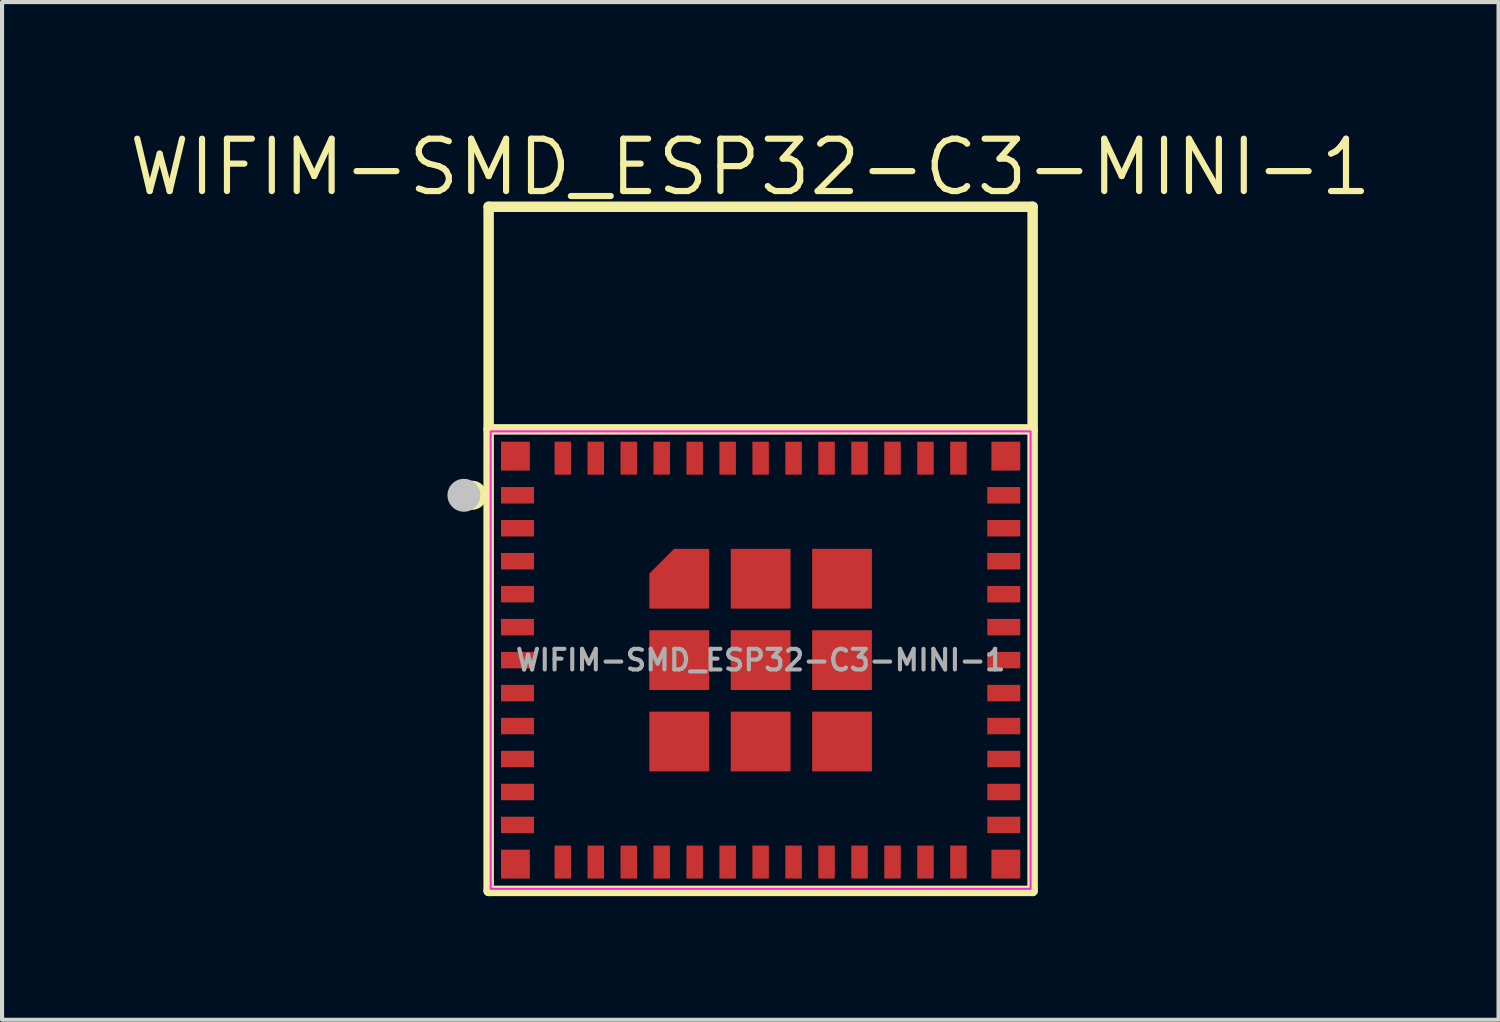
<source format=kicad_pcb>
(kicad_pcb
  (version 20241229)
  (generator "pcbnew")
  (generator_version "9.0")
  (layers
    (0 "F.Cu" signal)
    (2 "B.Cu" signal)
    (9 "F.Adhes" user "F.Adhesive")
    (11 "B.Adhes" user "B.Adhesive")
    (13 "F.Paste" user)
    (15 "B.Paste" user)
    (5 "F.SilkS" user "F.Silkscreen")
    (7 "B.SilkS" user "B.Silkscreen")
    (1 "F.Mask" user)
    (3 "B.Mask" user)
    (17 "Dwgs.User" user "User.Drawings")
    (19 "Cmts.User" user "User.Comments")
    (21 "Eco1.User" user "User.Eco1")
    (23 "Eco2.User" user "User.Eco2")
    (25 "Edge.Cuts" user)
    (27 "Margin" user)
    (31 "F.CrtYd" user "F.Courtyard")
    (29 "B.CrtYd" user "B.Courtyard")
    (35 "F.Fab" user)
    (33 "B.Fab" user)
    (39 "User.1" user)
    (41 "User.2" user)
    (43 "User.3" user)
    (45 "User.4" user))
  (footprint "WIFIM-SMD_ESP32-C3-MINI-1"
    (layer "F.Cu")
    (at 15.407 12.968)
    (property "Reference" "WIFIM-SMD_ESP32-C3-MINI-1" (at -0.25 -11.962 0) (layer "F.SilkS") (effects (font (size 1.27 1.27) (thickness 0.15))))
    (fp_line (start -6.6 -11) (end 6.6 -11) (stroke (width 0.254) (type default)) (layer "F.SilkS"))
    (fp_line (start -6.6 5.6) (end -6.6 -11) (stroke (width 0.254) (type default)) (layer "F.SilkS"))
    (fp_line (start -6.6 5.6) (end 6.6 5.6) (stroke (width 0.254) (type default)) (layer "F.SilkS"))
    (fp_line (start 6.6 -5.6) (end -6.6 -5.6) (stroke (width 0.254) (type default)) (layer "F.SilkS"))
    (fp_line (start 6.6 5.6) (end 6.6 -11) (stroke (width 0.254) (type default)) (layer "F.SilkS"))
    (fp_circle (center -7 -4) (end -6.9 -4) (stroke (width 0.254) (type default)) (fill no) (layer "F.SilkS"))
    (fp_circle (center -7.2 -4) (end -7 -4) (stroke (width 0.4) (type default)) (fill no) (layer "Dwgs.User"))
    (fp_rect (start -6.55 -5.55) (end 6.55 5.55) (stroke (width 0.05) (type default)) (fill no) (layer "F.CrtYd"))
    (fp_circle (center -6.6 -11) (end -6.57 -11) (stroke (width 0.06) (type default)) (fill no) (layer "User.5"))
    (fp_text user "${REFERENCE}" (at 0 0 0) (layer "F.Fab") (effects (font (size 0.5 0.5) (thickness 0.1))))
    (pad "1" smd rect (at -5.9 -4 90) (size 0.4 0.8) (layers "F.Cu" "F.Mask" "F.Paste"))
    (pad "2" smd rect (at -5.9 -3.2 90) (size 0.4 0.8) (layers "F.Cu" "F.Mask" "F.Paste"))
    (pad "3" smd rect (at -5.9 -2.4 90) (size 0.4 0.8) (layers "F.Cu" "F.Mask" "F.Paste"))
    (pad "4" smd rect (at -5.9 -1.6 90) (size 0.4 0.8) (layers "F.Cu" "F.Mask" "F.Paste"))
    (pad "5" smd rect (at -5.9 -0.8 90) (size 0.4 0.8) (layers "F.Cu" "F.Mask" "F.Paste"))
    (pad "6" smd rect (at -5.9 0 90) (size 0.4 0.8) (layers "F.Cu" "F.Mask" "F.Paste"))
    (pad "7" smd rect (at -5.9 0.8 90) (size 0.4 0.8) (layers "F.Cu" "F.Mask" "F.Paste"))
    (pad "8" smd rect (at -5.9 1.6 90) (size 0.4 0.8) (layers "F.Cu" "F.Mask" "F.Paste"))
    (pad "9" smd rect (at -5.9 2.4 90) (size 0.4 0.8) (layers "F.Cu" "F.Mask" "F.Paste"))
    (pad "10" smd rect (at -5.9 3.2 90) (size 0.4 0.8) (layers "F.Cu" "F.Mask" "F.Paste"))
    (pad "11" smd rect (at -5.9 4 90) (size 0.4 0.8) (layers "F.Cu" "F.Mask" "F.Paste"))
    (pad "12" smd rect (at -4.8 4.9 180) (size 0.4 0.8) (layers "F.Cu" "F.Mask" "F.Paste"))
    (pad "13" smd rect (at -4 4.9 180) (size 0.4 0.8) (layers "F.Cu" "F.Mask" "F.Paste"))
    (pad "14" smd rect (at -3.2 4.9 180) (size 0.4 0.8) (layers "F.Cu" "F.Mask" "F.Paste"))
    (pad "15" smd rect (at -2.4 4.9 180) (size 0.4 0.8) (layers "F.Cu" "F.Mask" "F.Paste"))
    (pad "16" smd rect (at -1.6 4.9 180) (size 0.4 0.8) (layers "F.Cu" "F.Mask" "F.Paste"))
    (pad "17" smd rect (at -0.8 4.9 180) (size 0.4 0.8) (layers "F.Cu" "F.Mask" "F.Paste"))
    (pad "18" smd rect (at 0 4.9 180) (size 0.4 0.8) (layers "F.Cu" "F.Mask" "F.Paste"))
    (pad "19" smd rect (at 0.8 4.9 180) (size 0.4 0.8) (layers "F.Cu" "F.Mask" "F.Paste"))
    (pad "20" smd rect (at 1.6 4.9 180) (size 0.4 0.8) (layers "F.Cu" "F.Mask" "F.Paste"))
    (pad "21" smd rect (at 2.4 4.9 180) (size 0.4 0.8) (layers "F.Cu" "F.Mask" "F.Paste"))
    (pad "22" smd rect (at 3.2 4.9 180) (size 0.4 0.8) (layers "F.Cu" "F.Mask" "F.Paste"))
    (pad "23" smd rect (at 4 4.9 180) (size 0.4 0.8) (layers "F.Cu" "F.Mask" "F.Paste"))
    (pad "24" smd rect (at 4.8 4.9 180) (size 0.4 0.8) (layers "F.Cu" "F.Mask" "F.Paste"))
    (pad "25" smd rect (at 5.9 4 270) (size 0.4 0.8) (layers "F.Cu" "F.Mask" "F.Paste"))
    (pad "26" smd rect (at 5.9 3.2 270) (size 0.4 0.8) (layers "F.Cu" "F.Mask" "F.Paste"))
    (pad "27" smd rect (at 5.9 2.4 270) (size 0.4 0.8) (layers "F.Cu" "F.Mask" "F.Paste"))
    (pad "28" smd rect (at 5.9 1.6 270) (size 0.4 0.8) (layers "F.Cu" "F.Mask" "F.Paste"))
    (pad "29" smd rect (at 5.9 0.8 270) (size 0.4 0.8) (layers "F.Cu" "F.Mask" "F.Paste"))
    (pad "30" smd rect (at 5.9 0 270) (size 0.4 0.8) (layers "F.Cu" "F.Mask" "F.Paste"))
    (pad "31" smd rect (at 5.9 -0.8 270) (size 0.4 0.8) (layers "F.Cu" "F.Mask" "F.Paste"))
    (pad "32" smd rect (at 5.9 -1.6 270) (size 0.4 0.8) (layers "F.Cu" "F.Mask" "F.Paste"))
    (pad "33" smd rect (at 5.9 -2.4 270) (size 0.4 0.8) (layers "F.Cu" "F.Mask" "F.Paste"))
    (pad "34" smd rect (at 5.9 -3.2 270) (size 0.4 0.8) (layers "F.Cu" "F.Mask" "F.Paste"))
    (pad "35" smd rect (at 5.9 -4 270) (size 0.4 0.8) (layers "F.Cu" "F.Mask" "F.Paste"))
    (pad "36" smd rect (at 4.8 -4.9) (size 0.4 0.8) (layers "F.Cu" "F.Mask" "F.Paste"))
    (pad "37" smd rect (at 4 -4.9) (size 0.4 0.8) (layers "F.Cu" "F.Mask" "F.Paste"))
    (pad "38" smd rect (at 3.2 -4.9) (size 0.4 0.8) (layers "F.Cu" "F.Mask" "F.Paste"))
    (pad "39" smd rect (at 2.4 -4.9) (size 0.4 0.8) (layers "F.Cu" "F.Mask" "F.Paste"))
    (pad "40" smd rect (at 1.6 -4.9) (size 0.4 0.8) (layers "F.Cu" "F.Mask" "F.Paste"))
    (pad "41" smd rect (at 0.8 -4.9) (size 0.4 0.8) (layers "F.Cu" "F.Mask" "F.Paste"))
    (pad "42" smd rect (at 0 -4.9) (size 0.4 0.8) (layers "F.Cu" "F.Mask" "F.Paste"))
    (pad "43" smd rect (at -0.8 -4.9) (size 0.4 0.8) (layers "F.Cu" "F.Mask" "F.Paste"))
    (pad "44" smd rect (at -1.6 -4.9) (size 0.4 0.8) (layers "F.Cu" "F.Mask" "F.Paste"))
    (pad "45" smd rect (at -2.4 -4.9) (size 0.4 0.8) (layers "F.Cu" "F.Mask" "F.Paste"))
    (pad "46" smd rect (at -3.2 -4.9) (size 0.4 0.8) (layers "F.Cu" "F.Mask" "F.Paste"))
    (pad "47" smd rect (at -4 -4.9) (size 0.4 0.8) (layers "F.Cu" "F.Mask" "F.Paste"))
    (pad "48" smd rect (at -4.8 -4.9) (size 0.4 0.8) (layers "F.Cu" "F.Mask" "F.Paste"))
    (pad "49" smd custom (at -1.975 -1.975) (size 0.000001 0.000001) (layers "F.Cu" "F.Mask" "F.Paste") (options (anchor circle)) (primitives (gr_poly (pts (xy -0.725 -0.125) (xy -0.125 -0.725) (xy 0.725 -0.725) (xy 0.725 0.725) (xy -0.725 0.725)) (width 0) (fill yes))))
    (pad "49" smd rect (at -1.975 0) (size 1.45 1.45) (layers "F.Cu" "F.Mask" "F.Paste"))
    (pad "49" smd rect (at -1.975 1.975) (size 1.45 1.45) (layers "F.Cu" "F.Mask" "F.Paste"))
    (pad "49" smd rect (at 0 -1.975) (size 1.45 1.45) (layers "F.Cu" "F.Mask" "F.Paste"))
    (pad "49" smd rect (at 0 0) (size 1.45 1.45) (layers "F.Cu" "F.Mask" "F.Paste"))
    (pad "49" smd rect (at 0 1.975) (size 1.45 1.45) (layers "F.Cu" "F.Mask" "F.Paste"))
    (pad "49" smd rect (at 1.975 -1.975) (size 1.45 1.45) (layers "F.Cu" "F.Mask" "F.Paste"))
    (pad "49" smd rect (at 1.975 0) (size 1.45 1.45) (layers "F.Cu" "F.Mask" "F.Paste"))
    (pad "49" smd rect (at 1.975 1.975) (size 1.45 1.45) (layers "F.Cu" "F.Mask" "F.Paste"))
    (pad "50" smd rect (at 5.95 -4.95) (size 0.7 0.7) (layers "F.Cu" "F.Mask" "F.Paste"))
    (pad "51" smd rect (at 5.95 4.95) (size 0.7 0.7) (layers "F.Cu" "F.Mask" "F.Paste"))
    (pad "52" smd rect (at -5.95 4.95) (size 0.7 0.7) (layers "F.Cu" "F.Mask" "F.Paste"))
    (pad "53" smd rect (at -5.95 -4.95) (size 0.7 0.7) (layers "F.Cu" "F.Mask" "F.Paste"))
    (zone (net_name "") (layer "Dwgs.User") (hatch edge 0.5) (priority 100) (connect_pads yes) (min_thickness 0) (filled_areas_thickness no) (fill yes) (polygon (pts (xy 8.907 7.268) (xy 8.907 7.468) (xy 21.907 7.468) (xy 21.907 7.268))) (filled_polygon (layer "Dwgs.User") (island) (pts (xy 8.907 7.268) (xy 8.907 7.468) (xy 21.907 7.468) (xy 21.907 7.268))))
    (zone (net_name "") (layer "Dwgs.User") (hatch edge 0.5) (priority 100) (connect_pads yes) (min_thickness 0) (filled_areas_thickness no) (fill yes) (polygon (pts (xy 8.707 1.868) (xy 8.707 18.668) (xy 22.107 18.668) (xy 22.107 1.868) (xy 8.807 1.868) (xy 8.907 2.068) (xy 21.907 2.068) (xy 21.907 18.468) (xy 8.907 18.468) (xy 8.907 2.068))) (filled_polygon (layer "Dwgs.User") (island) (pts (xy 8.707 1.868) (xy 8.707 18.668) (xy 22.107 18.668) (xy 22.107 1.868) (xy 8.807 1.868) (xy 8.907 2.068) (xy 21.907 2.068) (xy 21.907 18.468) (xy 8.907 18.468) (xy 8.907 2.068))))
    (zone (net_name "") (layer "User.3") (hatch edge 0.5) (priority 100) (connect_pads yes) (min_thickness 0) (filled_areas_thickness no) (fill yes) (polygon (pts (xy 8.807 18.568) (xy 8.807 1.968) (xy 22.007 1.968) (xy 22.007 18.568))) (filled_polygon (layer "User.3") (island) (pts (xy 8.807 18.568) (xy 8.807 1.968) (xy 22.007 1.968) (xy 22.007 18.568))))
    (zone (net_name "") (layer "User.4") (hatch edge 0.5) (priority 100) (connect_pads yes) (min_thickness 0) (filled_areas_thickness no) (fill yes) (polygon (pts (xy 9.107 7.668) (xy 9.807 7.668) (xy 9.807 8.368) (xy 9.107 8.368))) (filled_polygon (layer "User.4") (island) (pts (xy 9.107 7.668) (xy 9.807 7.668) (xy 9.807 8.368) (xy 9.107 8.368))))
    (zone (net_name "") (layer "User.4") (hatch edge 0.5) (priority 100) (connect_pads yes) (min_thickness 0) (filled_areas_thickness no) (fill yes) (polygon (pts (xy 9.107 9.168) (xy 9.107 8.768) (xy 9.907 8.768) (xy 9.907 9.168))) (filled_polygon (layer "User.4") (island) (pts (xy 9.107 9.168) (xy 9.107 8.768) (xy 9.907 8.768) (xy 9.907 9.168))))
    (zone (net_name "") (layer "User.4") (hatch edge 0.5) (priority 100) (connect_pads yes) (min_thickness 0) (filled_areas_thickness no) (fill yes) (polygon (pts (xy 9.107 9.968) (xy 9.107 9.568) (xy 9.907 9.568) (xy 9.907 9.968))) (filled_polygon (layer "User.4") (island) (pts (xy 9.107 9.968) (xy 9.107 9.568) (xy 9.907 9.568) (xy 9.907 9.968))))
    (zone (net_name "") (layer "User.4") (hatch edge 0.5) (priority 100) (connect_pads yes) (min_thickness 0) (filled_areas_thickness no) (fill yes) (polygon (pts (xy 9.107 10.768) (xy 9.107 10.368) (xy 9.907 10.368) (xy 9.907 10.768))) (filled_polygon (layer "User.4") (island) (pts (xy 9.107 10.768) (xy 9.107 10.368) (xy 9.907 10.368) (xy 9.907 10.768))))
    (zone (net_name "") (layer "User.4") (hatch edge 0.5) (priority 100) (connect_pads yes) (min_thickness 0) (filled_areas_thickness no) (fill yes) (polygon (pts (xy 9.107 11.568) (xy 9.107 11.168) (xy 9.907 11.168) (xy 9.907 11.568))) (filled_polygon (layer "User.4") (island) (pts (xy 9.107 11.568) (xy 9.107 11.168) (xy 9.907 11.168) (xy 9.907 11.568))))
    (zone (net_name "") (layer "User.4") (hatch edge 0.5) (priority 100) (connect_pads yes) (min_thickness 0) (filled_areas_thickness no) (fill yes) (polygon (pts (xy 9.107 12.368) (xy 9.107 11.968) (xy 9.907 11.968) (xy 9.907 12.368))) (filled_polygon (layer "User.4") (island) (pts (xy 9.107 12.368) (xy 9.107 11.968) (xy 9.907 11.968) (xy 9.907 12.368))))
    (zone (net_name "") (layer "User.4") (hatch edge 0.5) (priority 100) (connect_pads yes) (min_thickness 0) (filled_areas_thickness no) (fill yes) (polygon (pts (xy 9.107 13.168) (xy 9.107 12.768) (xy 9.907 12.768) (xy 9.907 13.168))) (filled_polygon (layer "User.4") (island) (pts (xy 9.107 13.168) (xy 9.107 12.768) (xy 9.907 12.768) (xy 9.907 13.168))))
    (zone (net_name "") (layer "User.4") (hatch edge 0.5) (priority 100) (connect_pads yes) (min_thickness 0) (filled_areas_thickness no) (fill yes) (polygon (pts (xy 9.107 13.968) (xy 9.107 13.568) (xy 9.907 13.568) (xy 9.907 13.968))) (filled_polygon (layer "User.4") (island) (pts (xy 9.107 13.968) (xy 9.107 13.568) (xy 9.907 13.568) (xy 9.907 13.968))))
    (zone (net_name "") (layer "User.4") (hatch edge 0.5) (priority 100) (connect_pads yes) (min_thickness 0) (filled_areas_thickness no) (fill yes) (polygon (pts (xy 9.107 14.768) (xy 9.107 14.368) (xy 9.907 14.368) (xy 9.907 14.768))) (filled_polygon (layer "User.4") (island) (pts (xy 9.107 14.768) (xy 9.107 14.368) (xy 9.907 14.368) (xy 9.907 14.768))))
    (zone (net_name "") (layer "User.4") (hatch edge 0.5) (priority 100) (connect_pads yes) (min_thickness 0) (filled_areas_thickness no) (fill yes) (polygon (pts (xy 9.107 15.568) (xy 9.107 15.168) (xy 9.907 15.168) (xy 9.907 15.568))) (filled_polygon (layer "User.4") (island) (pts (xy 9.107 15.568) (xy 9.107 15.168) (xy 9.907 15.168) (xy 9.907 15.568))))
    (zone (net_name "") (layer "User.4") (hatch edge 0.5) (priority 100) (connect_pads yes) (min_thickness 0) (filled_areas_thickness no) (fill yes) (polygon (pts (xy 9.107 16.368) (xy 9.107 15.968) (xy 9.907 15.968) (xy 9.907 16.368))) (filled_polygon (layer "User.4") (island) (pts (xy 9.107 16.368) (xy 9.107 15.968) (xy 9.907 15.968) (xy 9.907 16.368))))
    (zone (net_name "") (layer "User.4") (hatch edge 0.5) (priority 100) (connect_pads yes) (min_thickness 0) (filled_areas_thickness no) (fill yes) (polygon (pts (xy 9.107 17.168) (xy 9.107 16.768) (xy 9.907 16.768) (xy 9.907 17.168))) (filled_polygon (layer "User.4") (island) (pts (xy 9.107 17.168) (xy 9.107 16.768) (xy 9.907 16.768) (xy 9.907 17.168))))
    (zone (net_name "") (layer "User.4") (hatch edge 0.5) (priority 100) (connect_pads yes) (min_thickness 0) (filled_areas_thickness no) (fill yes) (polygon (pts (xy 9.107 17.568) (xy 9.807 17.568) (xy 9.807 18.268) (xy 9.107 18.268))) (filled_polygon (layer "User.4") (island) (pts (xy 9.107 17.568) (xy 9.807 17.568) (xy 9.807 18.268) (xy 9.107 18.268))))
    (zone (net_name "") (layer "User.4") (hatch edge 0.5) (priority 100) (connect_pads yes) (min_thickness 0) (filled_areas_thickness no) (fill yes) (polygon (pts (xy 10.407 7.668) (xy 10.807 7.668) (xy 10.807 8.468) (xy 10.407 8.468))) (filled_polygon (layer "User.4") (island) (pts (xy 10.407 7.668) (xy 10.807 7.668) (xy 10.807 8.468) (xy 10.407 8.468))))
    (zone (net_name "") (layer "User.4") (hatch edge 0.5) (priority 100) (connect_pads yes) (min_thickness 0) (filled_areas_thickness no) (fill yes) (polygon (pts (xy 10.807 18.268) (xy 10.407 18.268) (xy 10.407 17.468) (xy 10.807 17.468))) (filled_polygon (layer "User.4") (island) (pts (xy 10.807 18.268) (xy 10.407 18.268) (xy 10.407 17.468) (xy 10.807 17.468))))
    (zone (net_name "") (layer "User.4") (hatch edge 0.5) (priority 100) (connect_pads yes) (min_thickness 0) (filled_areas_thickness no) (fill yes) (polygon (pts (xy 11.207 7.668) (xy 11.607 7.668) (xy 11.607 8.468) (xy 11.207 8.468))) (filled_polygon (layer "User.4") (island) (pts (xy 11.207 7.668) (xy 11.607 7.668) (xy 11.607 8.468) (xy 11.207 8.468))))
    (zone (net_name "") (layer "User.4") (hatch edge 0.5) (priority 100) (connect_pads yes) (min_thickness 0) (filled_areas_thickness no) (fill yes) (polygon (pts (xy 11.607 18.268) (xy 11.207 18.268) (xy 11.207 17.468) (xy 11.607 17.468))) (filled_polygon (layer "User.4") (island) (pts (xy 11.607 18.268) (xy 11.207 18.268) (xy 11.207 17.468) (xy 11.607 17.468))))
    (zone (net_name "") (layer "User.4") (hatch edge 0.5) (priority 100) (connect_pads yes) (min_thickness 0) (filled_areas_thickness no) (fill yes) (polygon (pts (xy 12.007 7.668) (xy 12.407 7.668) (xy 12.407 8.468) (xy 12.007 8.468))) (filled_polygon (layer "User.4") (island) (pts (xy 12.007 7.668) (xy 12.407 7.668) (xy 12.407 8.468) (xy 12.007 8.468))))
    (zone (net_name "") (layer "User.4") (hatch edge 0.5) (priority 100) (connect_pads yes) (min_thickness 0) (filled_areas_thickness no) (fill yes) (polygon (pts (xy 12.407 18.268) (xy 12.007 18.268) (xy 12.007 17.468) (xy 12.407 17.468))) (filled_polygon (layer "User.4") (island) (pts (xy 12.407 18.268) (xy 12.007 18.268) (xy 12.007 17.468) (xy 12.407 17.468))))
    (zone (net_name "") (layer "User.4") (hatch edge 0.5) (priority 100) (connect_pads yes) (min_thickness 0) (filled_areas_thickness no) (fill yes) (polygon (pts (xy 12.707 12.243) (xy 14.157 12.243) (xy 14.157 13.693) (xy 12.707 13.693))) (filled_polygon (layer "User.4") (island) (pts (xy 12.707 12.243) (xy 14.157 12.243) (xy 14.157 13.693) (xy 12.707 13.693))))
    (zone (net_name "") (layer "User.4") (hatch edge 0.5) (priority 100) (connect_pads yes) (min_thickness 0) (filled_areas_thickness no) (fill yes) (polygon (pts (xy 12.707 14.218) (xy 14.157 14.218) (xy 14.157 15.668) (xy 12.707 15.668))) (filled_polygon (layer "User.4") (island) (pts (xy 12.707 14.218) (xy 14.157 14.218) (xy 14.157 15.668) (xy 12.707 15.668))))
    (zone (net_name "") (layer "User.4") (hatch edge 0.5) (priority 100) (connect_pads yes) (min_thickness 0) (filled_areas_thickness no) (fill yes) (polygon (pts (xy 12.807 7.668) (xy 13.207 7.668) (xy 13.207 8.468) (xy 12.807 8.468))) (filled_polygon (layer "User.4") (island) (pts (xy 12.807 7.668) (xy 13.207 7.668) (xy 13.207 8.468) (xy 12.807 8.468))))
    (zone (net_name "") (layer "User.4") (hatch edge 0.5) (priority 100) (connect_pads yes) (min_thickness 0) (filled_areas_thickness no) (fill yes) (polygon (pts (xy 13.207 18.268) (xy 12.807 18.268) (xy 12.807 17.468) (xy 13.207 17.468))) (filled_polygon (layer "User.4") (island) (pts (xy 13.207 18.268) (xy 12.807 18.268) (xy 12.807 17.468) (xy 13.207 17.468))))
    (zone (net_name "") (layer "User.4") (hatch edge 0.5) (priority 100) (connect_pads yes) (min_thickness 0) (filled_areas_thickness no) (fill yes) (polygon (pts (xy 13.607 7.668) (xy 14.007 7.668) (xy 14.007 8.468) (xy 13.607 8.468))) (filled_polygon (layer "User.4") (island) (pts (xy 13.607 7.668) (xy 14.007 7.668) (xy 14.007 8.468) (xy 13.607 8.468))))
    (zone (net_name "") (layer "User.4") (hatch edge 0.5) (priority 100) (connect_pads yes) (min_thickness 0) (filled_areas_thickness no) (fill yes) (polygon (pts (xy 14.007 18.268) (xy 13.607 18.268) (xy 13.607 17.468) (xy 14.007 17.468))) (filled_polygon (layer "User.4") (island) (pts (xy 14.007 18.268) (xy 13.607 18.268) (xy 13.607 17.468) (xy 14.007 17.468))))
    (zone (net_name "") (layer "User.4") (hatch edge 0.5) (priority 100) (connect_pads yes) (min_thickness 0) (filled_areas_thickness no) (fill yes) (polygon (pts (xy 14.407 7.668) (xy 14.807 7.668) (xy 14.807 8.468) (xy 14.407 8.468))) (filled_polygon (layer "User.4") (island) (pts (xy 14.407 7.668) (xy 14.807 7.668) (xy 14.807 8.468) (xy 14.407 8.468))))
    (zone (net_name "") (layer "User.4") (hatch edge 0.5) (priority 100) (connect_pads yes) (min_thickness 0) (filled_areas_thickness no) (fill yes) (polygon (pts (xy 14.682 10.268) (xy 16.132 10.268) (xy 16.132 11.718) (xy 14.682 11.718))) (filled_polygon (layer "User.4") (island) (pts (xy 14.682 10.268) (xy 16.132 10.268) (xy 16.132 11.718) (xy 14.682 11.718))))
    (zone (net_name "") (layer "User.4") (hatch edge 0.5) (priority 100) (connect_pads yes) (min_thickness 0) (filled_areas_thickness no) (fill yes) (polygon (pts (xy 14.682 12.243) (xy 16.132 12.243) (xy 16.132 13.693) (xy 14.682 13.693))) (filled_polygon (layer "User.4") (island) (pts (xy 14.682 12.243) (xy 16.132 12.243) (xy 16.132 13.693) (xy 14.682 13.693))))
    (zone (net_name "") (layer "User.4") (hatch edge 0.5) (priority 100) (connect_pads yes) (min_thickness 0) (filled_areas_thickness no) (fill yes) (polygon (pts (xy 14.682 14.218) (xy 16.132 14.218) (xy 16.132 15.668) (xy 14.682 15.668))) (filled_polygon (layer "User.4") (island) (pts (xy 14.682 14.218) (xy 16.132 14.218) (xy 16.132 15.668) (xy 14.682 15.668))))
    (zone (net_name "") (layer "User.4") (hatch edge 0.5) (priority 100) (connect_pads yes) (min_thickness 0) (filled_areas_thickness no) (fill yes) (polygon (pts (xy 14.807 18.268) (xy 14.407 18.268) (xy 14.407 17.468) (xy 14.807 17.468))) (filled_polygon (layer "User.4") (island) (pts (xy 14.807 18.268) (xy 14.407 18.268) (xy 14.407 17.468) (xy 14.807 17.468))))
    (zone (net_name "") (layer "User.4") (hatch edge 0.5) (priority 100) (connect_pads yes) (min_thickness 0) (filled_areas_thickness no) (fill yes) (polygon (pts (xy 15.207 7.668) (xy 15.607 7.668) (xy 15.607 8.468) (xy 15.207 8.468))) (filled_polygon (layer "User.4") (island) (pts (xy 15.207 7.668) (xy 15.607 7.668) (xy 15.607 8.468) (xy 15.207 8.468))))
    (zone (net_name "") (layer "User.4") (hatch edge 0.5) (priority 100) (connect_pads yes) (min_thickness 0) (filled_areas_thickness no) (fill yes) (polygon (pts (xy 15.607 18.268) (xy 15.207 18.268) (xy 15.207 17.468) (xy 15.607 17.468))) (filled_polygon (layer "User.4") (island) (pts (xy 15.607 18.268) (xy 15.207 18.268) (xy 15.207 17.468) (xy 15.607 17.468))))
    (zone (net_name "") (layer "User.4") (hatch edge 0.5) (priority 100) (connect_pads yes) (min_thickness 0) (filled_areas_thickness no) (fill yes) (polygon (pts (xy 16.007 7.668) (xy 16.407 7.668) (xy 16.407 8.468) (xy 16.007 8.468))) (filled_polygon (layer "User.4") (island) (pts (xy 16.007 7.668) (xy 16.407 7.668) (xy 16.407 8.468) (xy 16.007 8.468))))
    (zone (net_name "") (layer "User.4") (hatch edge 0.5) (priority 100) (connect_pads yes) (min_thickness 0) (filled_areas_thickness no) (fill yes) (polygon (pts (xy 16.407 18.268) (xy 16.007 18.268) (xy 16.007 17.468) (xy 16.407 17.468))) (filled_polygon (layer "User.4") (island) (pts (xy 16.407 18.268) (xy 16.007 18.268) (xy 16.007 17.468) (xy 16.407 17.468))))
    (zone (net_name "") (layer "User.4") (hatch edge 0.5) (priority 100) (connect_pads yes) (min_thickness 0) (filled_areas_thickness no) (fill yes) (polygon (pts (xy 16.657 10.268) (xy 18.107 10.268) (xy 18.107 11.718) (xy 16.657 11.718))) (filled_polygon (layer "User.4") (island) (pts (xy 16.657 10.268) (xy 18.107 10.268) (xy 18.107 11.718) (xy 16.657 11.718))))
    (zone (net_name "") (layer "User.4") (hatch edge 0.5) (priority 100) (connect_pads yes) (min_thickness 0) (filled_areas_thickness no) (fill yes) (polygon (pts (xy 16.657 12.243) (xy 18.107 12.243) (xy 18.107 13.693) (xy 16.657 13.693))) (filled_polygon (layer "User.4") (island) (pts (xy 16.657 12.243) (xy 18.107 12.243) (xy 18.107 13.693) (xy 16.657 13.693))))
    (zone (net_name "") (layer "User.4") (hatch edge 0.5) (priority 100) (connect_pads yes) (min_thickness 0) (filled_areas_thickness no) (fill yes) (polygon (pts (xy 16.657 14.218) (xy 18.107 14.218) (xy 18.107 15.668) (xy 16.657 15.668))) (filled_polygon (layer "User.4") (island) (pts (xy 16.657 14.218) (xy 18.107 14.218) (xy 18.107 15.668) (xy 16.657 15.668))))
    (zone (net_name "") (layer "User.4") (hatch edge 0.5) (priority 100) (connect_pads yes) (min_thickness 0) (filled_areas_thickness no) (fill yes) (polygon (pts (xy 16.807 7.668) (xy 17.207 7.668) (xy 17.207 8.468) (xy 16.807 8.468))) (filled_polygon (layer "User.4") (island) (pts (xy 16.807 7.668) (xy 17.207 7.668) (xy 17.207 8.468) (xy 16.807 8.468))))
    (zone (net_name "") (layer "User.4") (hatch edge 0.5) (priority 100) (connect_pads yes) (min_thickness 0) (filled_areas_thickness no) (fill yes) (polygon (pts (xy 17.207 18.268) (xy 16.807 18.268) (xy 16.807 17.468) (xy 17.207 17.468))) (filled_polygon (layer "User.4") (island) (pts (xy 17.207 18.268) (xy 16.807 18.268) (xy 16.807 17.468) (xy 17.207 17.468))))
    (zone (net_name "") (layer "User.4") (hatch edge 0.5) (priority 100) (connect_pads yes) (min_thickness 0) (filled_areas_thickness no) (fill yes) (polygon (pts (xy 17.607 7.668) (xy 18.007 7.668) (xy 18.007 8.468) (xy 17.607 8.468))) (filled_polygon (layer "User.4") (island) (pts (xy 17.607 7.668) (xy 18.007 7.668) (xy 18.007 8.468) (xy 17.607 8.468))))
    (zone (net_name "") (layer "User.4") (hatch edge 0.5) (priority 100) (connect_pads yes) (min_thickness 0) (filled_areas_thickness no) (fill yes) (polygon (pts (xy 18.007 18.268) (xy 17.607 18.268) (xy 17.607 17.468) (xy 18.007 17.468))) (filled_polygon (layer "User.4") (island) (pts (xy 18.007 18.268) (xy 17.607 18.268) (xy 17.607 17.468) (xy 18.007 17.468))))
    (zone (net_name "") (layer "User.4") (hatch edge 0.5) (priority 100) (connect_pads yes) (min_thickness 0) (filled_areas_thickness no) (fill yes) (polygon (pts (xy 18.407 7.668) (xy 18.807 7.668) (xy 18.807 8.468) (xy 18.407 8.468))) (filled_polygon (layer "User.4") (island) (pts (xy 18.407 7.668) (xy 18.807 7.668) (xy 18.807 8.468) (xy 18.407 8.468))))
    (zone (net_name "") (layer "User.4") (hatch edge 0.5) (priority 100) (connect_pads yes) (min_thickness 0) (filled_areas_thickness no) (fill yes) (polygon (pts (xy 18.807 18.268) (xy 18.407 18.268) (xy 18.407 17.468) (xy 18.807 17.468))) (filled_polygon (layer "User.4") (island) (pts (xy 18.807 18.268) (xy 18.407 18.268) (xy 18.407 17.468) (xy 18.807 17.468))))
    (zone (net_name "") (layer "User.4") (hatch edge 0.5) (priority 100) (connect_pads yes) (min_thickness 0) (filled_areas_thickness no) (fill yes) (polygon (pts (xy 19.207 7.668) (xy 19.607 7.668) (xy 19.607 8.468) (xy 19.207 8.468))) (filled_polygon (layer "User.4") (island) (pts (xy 19.207 7.668) (xy 19.607 7.668) (xy 19.607 8.468) (xy 19.207 8.468))))
    (zone (net_name "") (layer "User.4") (hatch edge 0.5) (priority 100) (connect_pads yes) (min_thickness 0) (filled_areas_thickness no) (fill yes) (polygon (pts (xy 19.607 18.268) (xy 19.207 18.268) (xy 19.207 17.468) (xy 19.607 17.468))) (filled_polygon (layer "User.4") (island) (pts (xy 19.607 18.268) (xy 19.207 18.268) (xy 19.207 17.468) (xy 19.607 17.468))))
    (zone (net_name "") (layer "User.4") (hatch edge 0.5) (priority 100) (connect_pads yes) (min_thickness 0) (filled_areas_thickness no) (fill yes) (polygon (pts (xy 20.007 7.668) (xy 20.407 7.668) (xy 20.407 8.468) (xy 20.007 8.468))) (filled_polygon (layer "User.4") (island) (pts (xy 20.007 7.668) (xy 20.407 7.668) (xy 20.407 8.468) (xy 20.007 8.468))))
    (zone (net_name "") (layer "User.4") (hatch edge 0.5) (priority 100) (connect_pads yes) (min_thickness 0) (filled_areas_thickness no) (fill yes) (polygon (pts (xy 20.407 18.268) (xy 20.007 18.268) (xy 20.007 17.468) (xy 20.407 17.468))) (filled_polygon (layer "User.4") (island) (pts (xy 20.407 18.268) (xy 20.007 18.268) (xy 20.007 17.468) (xy 20.407 17.468))))
    (zone (net_name "") (layer "User.4") (hatch edge 0.5) (priority 100) (connect_pads yes) (min_thickness 0) (filled_areas_thickness no) (fill yes) (polygon (pts (xy 21.007 7.668) (xy 21.707 7.668) (xy 21.707 8.368) (xy 21.007 8.368))) (filled_polygon (layer "User.4") (island) (pts (xy 21.007 7.668) (xy 21.707 7.668) (xy 21.707 8.368) (xy 21.007 8.368))))
    (zone (net_name "") (layer "User.4") (hatch edge 0.5) (priority 100) (connect_pads yes) (min_thickness 0) (filled_areas_thickness no) (fill yes) (polygon (pts (xy 21.007 17.568) (xy 21.707 17.568) (xy 21.707 18.268) (xy 21.007 18.268))) (filled_polygon (layer "User.4") (island) (pts (xy 21.007 17.568) (xy 21.707 17.568) (xy 21.707 18.268) (xy 21.007 18.268))))
    (zone (net_name "") (layer "User.4") (hatch edge 0.5) (priority 100) (connect_pads yes) (min_thickness 0) (filled_areas_thickness no) (fill yes) (polygon (pts (xy 21.707 8.768) (xy 21.707 9.168) (xy 20.907 9.168) (xy 20.907 8.768))) (filled_polygon (layer "User.4") (island) (pts (xy 21.707 8.768) (xy 21.707 9.168) (xy 20.907 9.168) (xy 20.907 8.768))))
    (zone (net_name "") (layer "User.4") (hatch edge 0.5) (priority 100) (connect_pads yes) (min_thickness 0) (filled_areas_thickness no) (fill yes) (polygon (pts (xy 21.707 9.568) (xy 21.707 9.968) (xy 20.907 9.968) (xy 20.907 9.568))) (filled_polygon (layer "User.4") (island) (pts (xy 21.707 9.568) (xy 21.707 9.968) (xy 20.907 9.968) (xy 20.907 9.568))))
    (zone (net_name "") (layer "User.4") (hatch edge 0.5) (priority 100) (connect_pads yes) (min_thickness 0) (filled_areas_thickness no) (fill yes) (polygon (pts (xy 21.707 10.368) (xy 21.707 10.768) (xy 20.907 10.768) (xy 20.907 10.368))) (filled_polygon (layer "User.4") (island) (pts (xy 21.707 10.368) (xy 21.707 10.768) (xy 20.907 10.768) (xy 20.907 10.368))))
    (zone (net_name "") (layer "User.4") (hatch edge 0.5) (priority 100) (connect_pads yes) (min_thickness 0) (filled_areas_thickness no) (fill yes) (polygon (pts (xy 21.707 11.168) (xy 21.707 11.568) (xy 20.907 11.568) (xy 20.907 11.168))) (filled_polygon (layer "User.4") (island) (pts (xy 21.707 11.168) (xy 21.707 11.568) (xy 20.907 11.568) (xy 20.907 11.168))))
    (zone (net_name "") (layer "User.4") (hatch edge 0.5) (priority 100) (connect_pads yes) (min_thickness 0) (filled_areas_thickness no) (fill yes) (polygon (pts (xy 21.707 11.968) (xy 21.707 12.368) (xy 20.907 12.368) (xy 20.907 11.968))) (filled_polygon (layer "User.4") (island) (pts (xy 21.707 11.968) (xy 21.707 12.368) (xy 20.907 12.368) (xy 20.907 11.968))))
    (zone (net_name "") (layer "User.4") (hatch edge 0.5) (priority 100) (connect_pads yes) (min_thickness 0) (filled_areas_thickness no) (fill yes) (polygon (pts (xy 21.707 12.768) (xy 21.707 13.168) (xy 20.907 13.168) (xy 20.907 12.768))) (filled_polygon (layer "User.4") (island) (pts (xy 21.707 12.768) (xy 21.707 13.168) (xy 20.907 13.168) (xy 20.907 12.768))))
    (zone (net_name "") (layer "User.4") (hatch edge 0.5) (priority 100) (connect_pads yes) (min_thickness 0) (filled_areas_thickness no) (fill yes) (polygon (pts (xy 21.707 13.568) (xy 21.707 13.968) (xy 20.907 13.968) (xy 20.907 13.568))) (filled_polygon (layer "User.4") (island) (pts (xy 21.707 13.568) (xy 21.707 13.968) (xy 20.907 13.968) (xy 20.907 13.568))))
    (zone (net_name "") (layer "User.4") (hatch edge 0.5) (priority 100) (connect_pads yes) (min_thickness 0) (filled_areas_thickness no) (fill yes) (polygon (pts (xy 21.707 14.368) (xy 21.707 14.768) (xy 20.907 14.768) (xy 20.907 14.368))) (filled_polygon (layer "User.4") (island) (pts (xy 21.707 14.368) (xy 21.707 14.768) (xy 20.907 14.768) (xy 20.907 14.368))))
    (zone (net_name "") (layer "User.4") (hatch edge 0.5) (priority 100) (connect_pads yes) (min_thickness 0) (filled_areas_thickness no) (fill yes) (polygon (pts (xy 21.707 15.168) (xy 21.707 15.568) (xy 20.907 15.568) (xy 20.907 15.168))) (filled_polygon (layer "User.4") (island) (pts (xy 21.707 15.168) (xy 21.707 15.568) (xy 20.907 15.568) (xy 20.907 15.168))))
    (zone (net_name "") (layer "User.4") (hatch edge 0.5) (priority 100) (connect_pads yes) (min_thickness 0) (filled_areas_thickness no) (fill yes) (polygon (pts (xy 21.707 15.968) (xy 21.707 16.368) (xy 20.907 16.368) (xy 20.907 15.968))) (filled_polygon (layer "User.4") (island) (pts (xy 21.707 15.968) (xy 21.707 16.368) (xy 20.907 16.368) (xy 20.907 15.968))))
    (zone (net_name "") (layer "User.4") (hatch edge 0.5) (priority 100) (connect_pads yes) (min_thickness 0) (filled_areas_thickness no) (fill yes) (polygon (pts (xy 21.707 16.768) (xy 21.707 17.168) (xy 20.907 17.168) (xy 20.907 16.768))) (filled_polygon (layer "User.4") (island) (pts (xy 21.707 16.768) (xy 21.707 17.168) (xy 20.907 17.168) (xy 20.907 16.768))))
    (zone (net_name "") (layer "User.4") (hatch edge 0.5) (priority 100) (connect_pads yes) (min_thickness 0) (filled_areas_thickness no) (fill yes) (polygon (pts (xy 12.707 10.868) (xy 13.307 10.268) (xy 14.157 10.268) (xy 14.157 11.718) (xy 12.707 11.718))) (filled_polygon (layer "User.4") (island) (pts (xy 12.707 10.868) (xy 13.307 10.268) (xy 14.157 10.268) (xy 14.157 11.718) (xy 12.707 11.718)))))
  (gr_rect
    (start -3 -3)
    (end 33.313 21.695)
    (stroke (width 0.1) (type default))
    (fill no)
    (layer "Edge.Cuts")))
</source>
